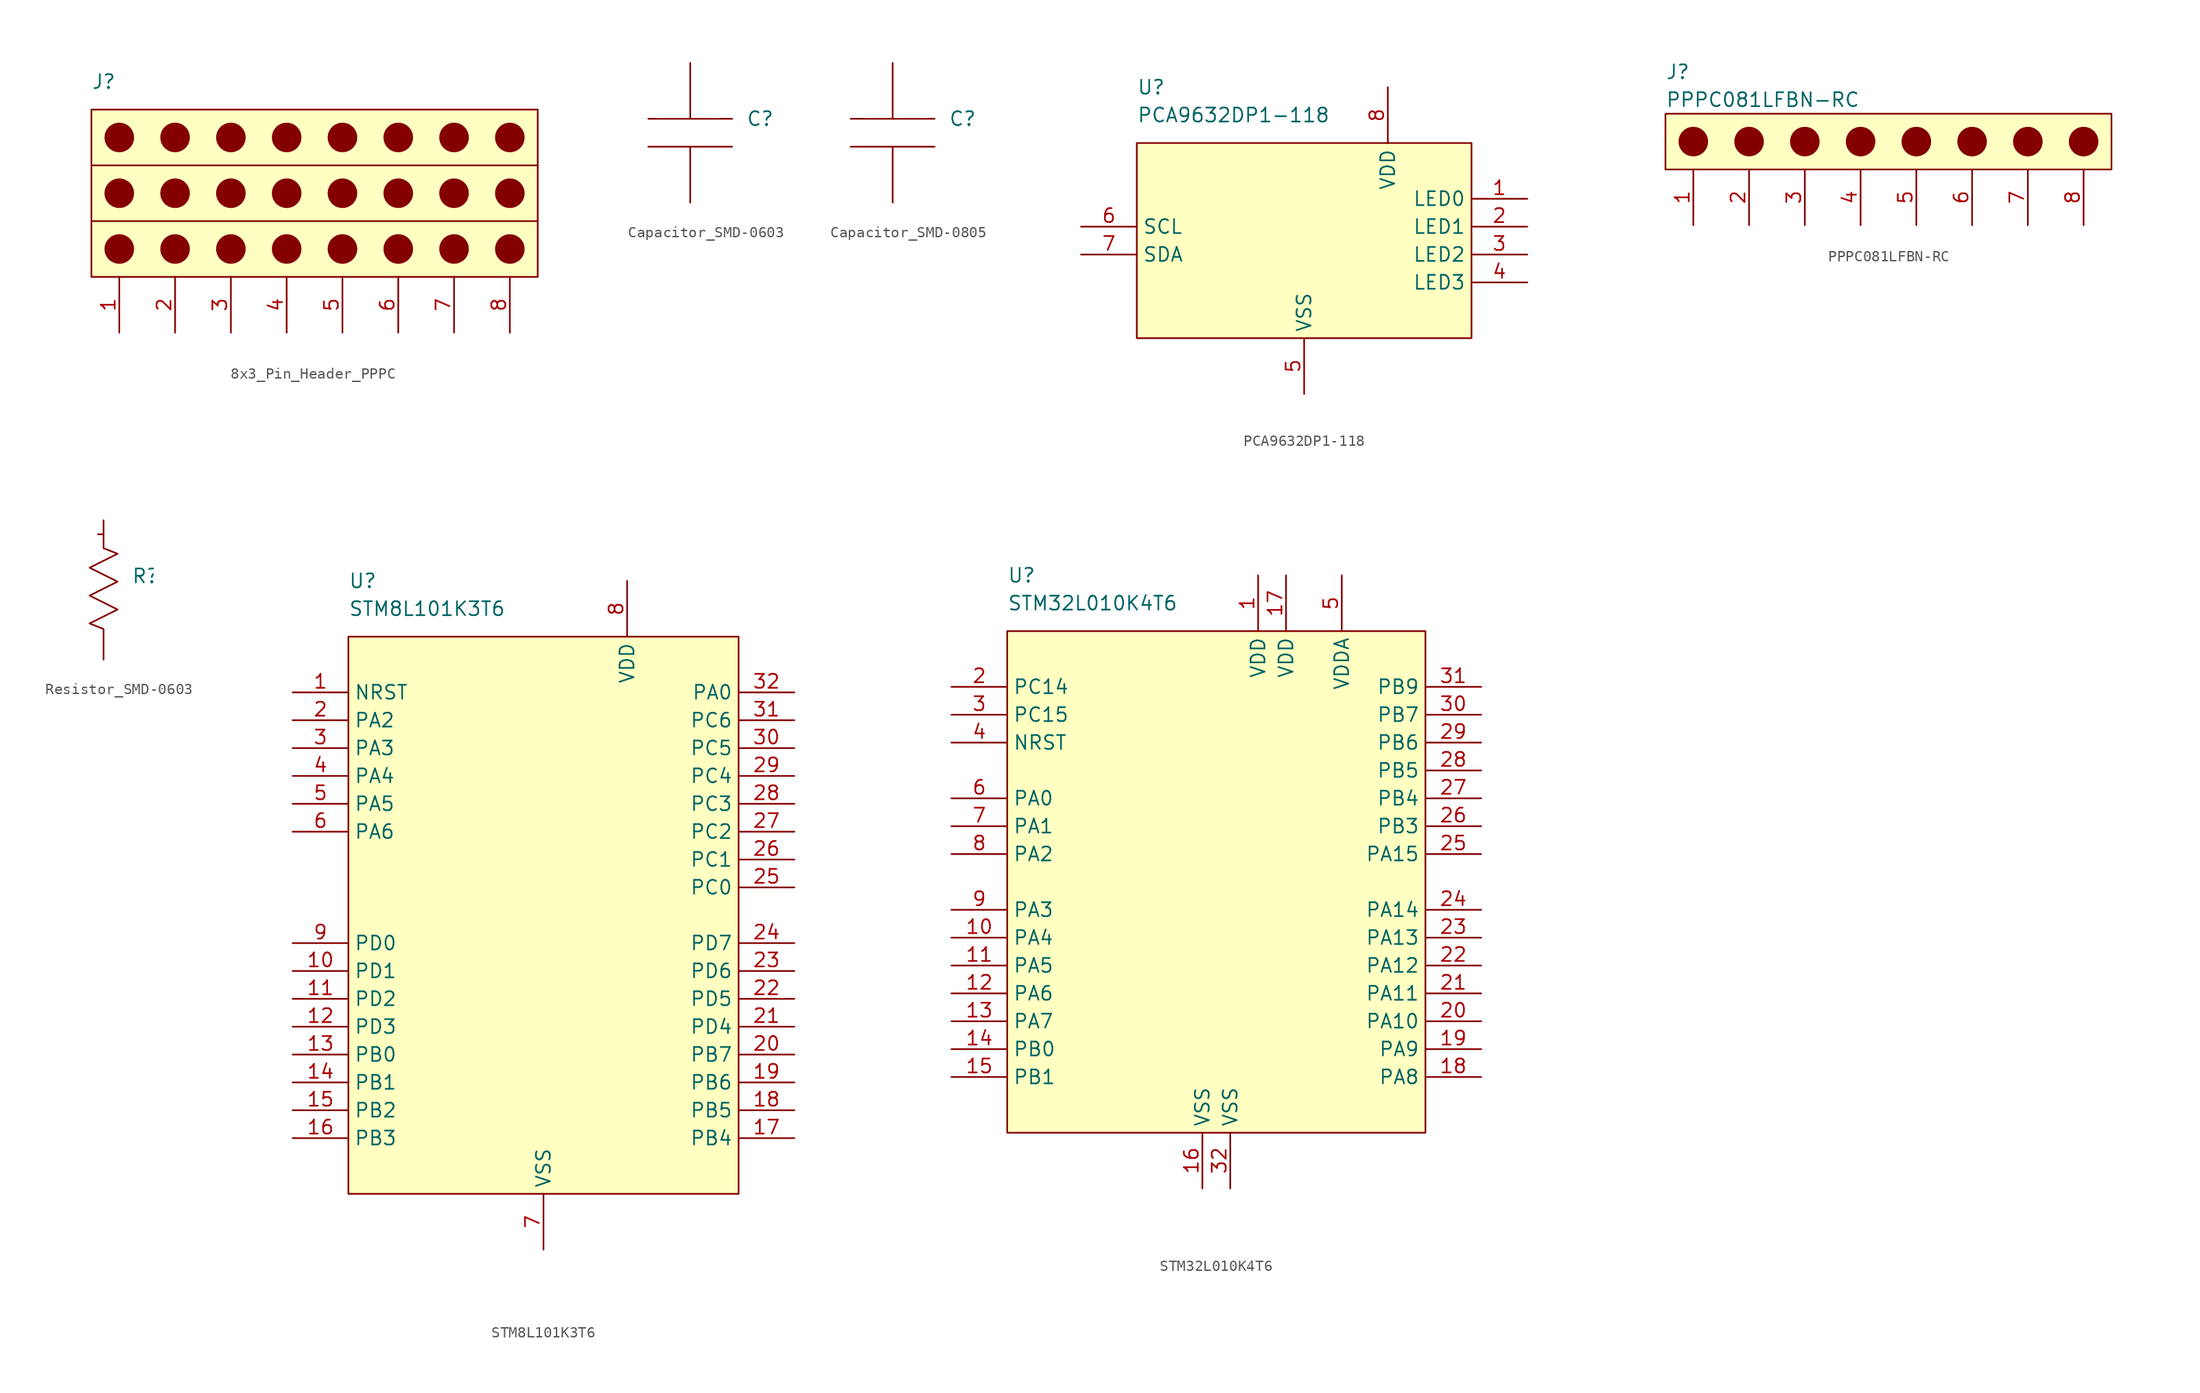
<source format=kicad_sym>
(kicad_symbol_lib
  (version 20231120)
  (generator "kicad_symbol_editor")
  (generator_version "8.0")
  (symbol "8x3_Pin_Header_PPPC"
    (property "Reference" "J"
      (at 0 22.86 0)
      (do_not_autoplace)
      (effects (font (size 1.27 1.27)) (justify left)))
    (property "Value" ""
      (at 0 0 0)
      (effects (font (size 1.27 1.27))))
    (symbol "8x3_Pin_Header_PPPC_0_1"
      (polyline (pts (xy 0 10.16) (xy 40.64 10.16)) (stroke (width 0) (type default)) (fill (type none)))
      (polyline (pts (xy 0 15.24) (xy 40.64 15.24)) (stroke (width 0) (type default)) (fill (type none)))
      (rectangle (start 0 20.32) (end 40.64 5.08) (stroke (width 0) (type default)) (fill (type background)))
      (circle (center 2.54 7.62) (radius 1.27) (stroke (width 0) (type default)) (fill (type outline)))
      (circle (center 2.54 12.7) (radius 1.27) (stroke (width 0) (type default)) (fill (type outline)))
      (circle (center 2.54 17.78) (radius 1.27) (stroke (width 0) (type default)) (fill (type outline))))
    (symbol "8x3_Pin_Header_PPPC_1_1"
      (circle (center 7.62 7.62) (radius 1.27) (stroke (width 0) (type default)) (fill (type outline)))
      (circle (center 7.62 12.7) (radius 1.27) (stroke (width 0) (type default)) (fill (type outline)))
      (circle (center 7.62 17.78) (radius 1.27) (stroke (width 0) (type default)) (fill (type outline)))
      (circle (center 12.7 7.62) (radius 1.27) (stroke (width 0) (type default)) (fill (type outline)))
      (circle (center 12.7 12.7) (radius 1.27) (stroke (width 0) (type default)) (fill (type outline)))
      (circle (center 12.7 17.78) (radius 1.27) (stroke (width 0) (type default)) (fill (type outline)))
      (circle (center 17.78 7.62) (radius 1.27) (stroke (width 0) (type default)) (fill (type outline)))
      (circle (center 17.78 12.7) (radius 1.27) (stroke (width 0) (type default)) (fill (type outline)))
      (circle (center 17.78 17.78) (radius 1.27) (stroke (width 0) (type default)) (fill (type outline)))
      (circle (center 22.86 7.62) (radius 1.27) (stroke (width 0) (type default)) (fill (type outline)))
      (circle (center 22.86 12.7) (radius 1.27) (stroke (width 0) (type default)) (fill (type outline)))
      (circle (center 22.86 17.78) (radius 1.27) (stroke (width 0) (type default)) (fill (type outline)))
      (circle (center 27.94 7.62) (radius 1.27) (stroke (width 0) (type default)) (fill (type outline)))
      (circle (center 27.94 12.7) (radius 1.27) (stroke (width 0) (type default)) (fill (type outline)))
      (circle (center 27.94 17.78) (radius 1.27) (stroke (width 0) (type default)) (fill (type outline)))
      (circle (center 33.02 7.62) (radius 1.27) (stroke (width 0) (type default)) (fill (type outline)))
      (circle (center 33.02 12.7) (radius 1.27) (stroke (width 0) (type default)) (fill (type outline)))
      (circle (center 33.02 17.78) (radius 1.27) (stroke (width 0) (type default)) (fill (type outline)))
      (circle (center 38.1 7.62) (radius 1.27) (stroke (width 0) (type default)) (fill (type outline)))
      (circle (center 38.1 12.7) (radius 1.27) (stroke (width 0) (type default)) (fill (type outline)))
      (circle (center 38.1 17.78) (radius 1.27) (stroke (width 0) (type default)) (fill (type outline)))
      (pin passive line (at 2.54 0 90) (length 5.08) (name "" (effects (font (size 1.27 1.27)))) (number "1" (effects (font (size 1.27 1.27)))))
      (pin passive line (at 7.62 0 90) (length 5.08) (name "" (effects (font (size 1.27 1.27)))) (number "2" (effects (font (size 1.27 1.27)))))
      (pin passive line (at 12.7 0 90) (length 5.08) (name "" (effects (font (size 1.27 1.27)))) (number "3" (effects (font (size 1.27 1.27)))))
      (pin passive line (at 17.78 0 90) (length 5.08) (name "" (effects (font (size 1.27 1.27)))) (number "4" (effects (font (size 1.27 1.27)))))
      (pin passive line (at 22.86 0 90) (length 5.08) (name "" (effects (font (size 1.27 1.27)))) (number "5" (effects (font (size 1.27 1.27)))))
      (pin passive line (at 27.94 0 90) (length 5.08) (name "" (effects (font (size 1.27 1.27)))) (number "6" (effects (font (size 1.27 1.27)))))
      (pin passive line (at 33.02 0 90) (length 5.08) (name "" (effects (font (size 1.27 1.27)))) (number "7" (effects (font (size 1.27 1.27)))))
      (pin passive line (at 38.1 0 90) (length 5.08) (name "" (effects (font (size 1.27 1.27)))) (number "8" (effects (font (size 1.27 1.27)))))))
  (symbol "Capacitor_SMD-0603"
    (property "Reference" "C"
      (at 5.08 7.62 0)
      (do_not_autoplace)
      (effects (font (size 1.27 1.27)) (justify left)))
    (property "Value" ""
      (at 0 0 0)
      (effects (font (size 1.27 1.27))))
    (symbol "Capacitor_SMD-0603_0_1"
      (polyline (pts (xy -3.81 5.08) (xy 3.81 5.08)) (stroke (width 0) (type default)) (fill (type none)))
      (polyline (pts (xy -3.81 7.62) (xy 3.81 7.62)) (stroke (width 0) (type default)) (fill (type none)))
      (polyline (pts (xy 0 0) (xy 0 5.08)) (stroke (width 0) (type default)) (fill (type none)))
      (polyline (pts (xy 0 12.7) (xy 0 7.62)) (stroke (width 0) (type default)) (fill (type none))))
    (symbol "Capacitor_SMD-0603_1_1"
      (pin passive line (at 0 12.7 270) (length 0) hide (name "" (effects (font (size 1.27 1.27)))) (number "1" (effects (font (size 1.27 1.27)))))
      (pin passive line (at 0 0 90) (length 0) hide (name "" (effects (font (size 1.27 1.27)))) (number "2" (effects (font (size 1.27 1.27)))))))
  (symbol "Capacitor_SMD-0805"
    (property "Reference" "C"
      (at 5.08 7.62 0)
      (do_not_autoplace)
      (effects (font (size 1.27 1.27)) (justify left)))
    (property "Value" ""
      (at 0 0 0)
      (effects (font (size 1.27 1.27))))
    (symbol "Capacitor_SMD-0805_0_1"
      (polyline (pts (xy -3.81 5.08) (xy 3.81 5.08)) (stroke (width 0) (type default)) (fill (type none)))
      (polyline (pts (xy -3.81 7.62) (xy 3.81 7.62)) (stroke (width 0) (type default)) (fill (type none)))
      (polyline (pts (xy 0 0) (xy 0 5.08)) (stroke (width 0) (type default)) (fill (type none)))
      (polyline (pts (xy 0 12.7) (xy 0 7.62)) (stroke (width 0) (type default)) (fill (type none))))
    (symbol "Capacitor_SMD-0805_1_1"
      (pin passive line (at 0 12.7 270) (length 0) hide (name "" (effects (font (size 1.27 1.27)))) (number "1" (effects (font (size 1.27 1.27)))))
      (pin passive line (at 0 0 90) (length 0) hide (name "" (effects (font (size 1.27 1.27)))) (number "2" (effects (font (size 1.27 1.27)))))))
  (symbol "PCA9632DP1-118"
    (property "Reference" "U"
      (at 5.08 27.94 0)
      (do_not_autoplace)
      (effects (font (size 1.27 1.27)) (justify left)))
    (property "Value" "PCA9632DP1-118"
      (at 5.08 25.4 0)
      (do_not_autoplace)
      (effects (font (size 1.27 1.27)) (justify left)))
    (symbol "PCA9632DP1-118_1_1"
      (rectangle (start 5.08 22.86) (end 35.56 5.08) (stroke (width 0) (type default)) (fill (type background)))
      (pin passive line (at 40.64 17.78 180) (length 5.08) (name "LED0" (effects (font (size 1.27 1.27)))) (number "1" (effects (font (size 1.27 1.27)))))
      (pin passive line (at 40.64 15.24 180) (length 5.08) (name "LED1" (effects (font (size 1.27 1.27)))) (number "2" (effects (font (size 1.27 1.27)))))
      (pin passive line (at 40.64 12.7 180) (length 5.08) (name "LED2" (effects (font (size 1.27 1.27)))) (number "3" (effects (font (size 1.27 1.27)))))
      (pin passive line (at 40.64 10.16 180) (length 5.08) (name "LED3" (effects (font (size 1.27 1.27)))) (number "4" (effects (font (size 1.27 1.27)))))
      (pin passive line (at 20.32 0 90) (length 5.08) (name "VSS" (effects (font (size 1.27 1.27)))) (number "5" (effects (font (size 1.27 1.27)))))
      (pin passive line (at 0 15.24 0) (length 5.08) (name "SCL" (effects (font (size 1.27 1.27)))) (number "6" (effects (font (size 1.27 1.27)))))
      (pin passive line (at 0 12.7 0) (length 5.08) (name "SDA" (effects (font (size 1.27 1.27)))) (number "7" (effects (font (size 1.27 1.27)))))
      (pin passive line (at 27.94 27.94 270) (length 5.08) (name "VDD" (effects (font (size 1.27 1.27)))) (number "8" (effects (font (size 1.27 1.27)))))))
  (symbol "PPPC081LFBN-RC"
    (property "Reference" "J"
      (at 0 13.97 0)
      (do_not_autoplace)
      (effects (font (size 1.27 1.27)) (justify left)))
    (property "Value" "PPPC081LFBN-RC"
      (at 0 11.43 0)
      (do_not_autoplace)
      (effects (font (size 1.27 1.27)) (justify left)))
    (symbol "PPPC081LFBN-RC_0_1"
      (rectangle (start 0 10.16) (end 40.64 5.08) (stroke (width 0) (type default)) (fill (type background)))
      (circle (center 2.54 7.62) (radius 1.27) (stroke (width 0) (type default)) (fill (type outline))))
    (symbol "PPPC081LFBN-RC_1_1"
      (circle (center 7.62 7.62) (radius 1.27) (stroke (width 0) (type default)) (fill (type outline)))
      (circle (center 12.7 7.62) (radius 1.27) (stroke (width 0) (type default)) (fill (type outline)))
      (circle (center 17.78 7.62) (radius 1.27) (stroke (width 0) (type default)) (fill (type outline)))
      (circle (center 22.86 7.62) (radius 1.27) (stroke (width 0) (type default)) (fill (type outline)))
      (circle (center 27.94 7.62) (radius 1.27) (stroke (width 0) (type default)) (fill (type outline)))
      (circle (center 33.02 7.62) (radius 1.27) (stroke (width 0) (type default)) (fill (type outline)))
      (circle (center 38.1 7.62) (radius 1.27) (stroke (width 0) (type default)) (fill (type outline)))
      (pin passive line (at 2.54 0 90) (length 5.08) (name "" (effects (font (size 1.27 1.27)))) (number "1" (effects (font (size 1.27 1.27)))))
      (pin passive line (at 7.62 0 90) (length 5.08) (name "" (effects (font (size 1.27 1.27)))) (number "2" (effects (font (size 1.27 1.27)))))
      (pin passive line (at 12.7 0 90) (length 5.08) (name "" (effects (font (size 1.27 1.27)))) (number "3" (effects (font (size 1.27 1.27)))))
      (pin passive line (at 17.78 0 90) (length 5.08) (name "" (effects (font (size 1.27 1.27)))) (number "4" (effects (font (size 1.27 1.27)))))
      (pin passive line (at 22.86 0 90) (length 5.08) (name "" (effects (font (size 1.27 1.27)))) (number "5" (effects (font (size 1.27 1.27)))))
      (pin passive line (at 27.94 0 90) (length 5.08) (name "" (effects (font (size 1.27 1.27)))) (number "6" (effects (font (size 1.27 1.27)))))
      (pin passive line (at 33.02 0 90) (length 5.08) (name "" (effects (font (size 1.27 1.27)))) (number "7" (effects (font (size 1.27 1.27)))))
      (pin passive line (at 38.1 0 90) (length 5.08) (name "" (effects (font (size 1.27 1.27)))) (number "8" (effects (font (size 1.27 1.27)))))))
  (symbol "Resistor_SMD-0603"
    (property "Reference" "R"
      (at 2.54 7.62 0)
      (do_not_autoplace)
      (effects (font (size 1.27 1.27)) (justify left)))
    (property "Value" ""
      (at 0 0 0)
      (effects (font (size 1.27 1.27))))
    (symbol "Resistor_SMD-0603_0_1"
      (polyline (pts (xy 0 11.43) (xy -0.508 11.43)) (stroke (width 0) (type default)) (fill (type none)))
      (polyline (pts (xy 0 0) (xy 0 2.794) (xy -1.27 3.302) (xy 1.27 4.572) (xy -1.27 5.842) (xy 1.27 7.112) (xy -1.27 8.382) (xy 1.27 9.652) (xy 0 10.16) (xy 0 12.7)) (stroke (width 0) (type default)) (fill (type none))))
    (symbol "Resistor_SMD-0603_1_1"
      (pin passive line (at 0 12.7 270) (length 0) hide (name "" (effects (font (size 1.27 1.27)))) (number "1" (effects (font (size 1.27 1.27)))))
      (pin passive line (at 0 0 90) (length 0) hide (name "" (effects (font (size 1.27 1.27)))) (number "2" (effects (font (size 1.27 1.27)))))))
  (symbol "STM8L101K3T6"
    (property "Reference" "U"
      (at 5.08 60.96 0)
      (do_not_autoplace)
      (effects (font (size 1.27 1.27)) (justify left)))
    (property "Value" "STM8L101K3T6"
      (at 5.08 58.42 0)
      (do_not_autoplace)
      (effects (font (size 1.27 1.27)) (justify left)))
    (symbol "STM8L101K3T6_0_1"
      (rectangle (start 5.08 55.88) (end 40.64 5.08) (stroke (width 0) (type default)) (fill (type background))))
    (symbol "STM8L101K3T6_1_1"
      (pin passive line (at 0 50.8 0) (length 5.08) (name "NRST" (effects (font (size 1.27 1.27)))) (number "1" (effects (font (size 1.27 1.27)))))
      (pin passive line (at 0 25.4 0) (length 5.08) (name "PD1" (effects (font (size 1.27 1.27)))) (number "10" (effects (font (size 1.27 1.27)))))
      (pin passive line (at 0 22.86 0) (length 5.08) (name "PD2" (effects (font (size 1.27 1.27)))) (number "11" (effects (font (size 1.27 1.27)))))
      (pin passive line (at 0 20.32 0) (length 5.08) (name "PD3" (effects (font (size 1.27 1.27)))) (number "12" (effects (font (size 1.27 1.27)))))
      (pin passive line (at 0 17.78 0) (length 5.08) (name "PB0" (effects (font (size 1.27 1.27)))) (number "13" (effects (font (size 1.27 1.27)))))
      (pin passive line (at 0 15.24 0) (length 5.08) (name "PB1" (effects (font (size 1.27 1.27)))) (number "14" (effects (font (size 1.27 1.27)))))
      (pin passive line (at 0 12.7 0) (length 5.08) (name "PB2" (effects (font (size 1.27 1.27)))) (number "15" (effects (font (size 1.27 1.27)))))
      (pin passive line (at 0 10.16 0) (length 5.08) (name "PB3" (effects (font (size 1.27 1.27)))) (number "16" (effects (font (size 1.27 1.27)))))
      (pin passive line (at 45.72 10.16 180) (length 5.08) (name "PB4" (effects (font (size 1.27 1.27)))) (number "17" (effects (font (size 1.27 1.27)))))
      (pin passive line (at 45.72 12.7 180) (length 5.08) (name "PB5" (effects (font (size 1.27 1.27)))) (number "18" (effects (font (size 1.27 1.27)))))
      (pin passive line (at 45.72 15.24 180) (length 5.08) (name "PB6" (effects (font (size 1.27 1.27)))) (number "19" (effects (font (size 1.27 1.27)))))
      (pin passive line (at 0 48.26 0) (length 5.08) (name "PA2" (effects (font (size 1.27 1.27)))) (number "2" (effects (font (size 1.27 1.27)))))
      (pin passive line (at 45.72 17.78 180) (length 5.08) (name "PB7" (effects (font (size 1.27 1.27)))) (number "20" (effects (font (size 1.27 1.27)))))
      (pin passive line (at 45.72 20.32 180) (length 5.08) (name "PD4" (effects (font (size 1.27 1.27)))) (number "21" (effects (font (size 1.27 1.27)))))
      (pin passive line (at 45.72 22.86 180) (length 5.08) (name "PD5" (effects (font (size 1.27 1.27)))) (number "22" (effects (font (size 1.27 1.27)))))
      (pin passive line (at 45.72 25.4 180) (length 5.08) (name "PD6" (effects (font (size 1.27 1.27)))) (number "23" (effects (font (size 1.27 1.27)))))
      (pin passive line (at 45.72 27.94 180) (length 5.08) (name "PD7" (effects (font (size 1.27 1.27)))) (number "24" (effects (font (size 1.27 1.27)))))
      (pin passive line (at 45.72 33.02 180) (length 5.08) (name "PC0" (effects (font (size 1.27 1.27)))) (number "25" (effects (font (size 1.27 1.27)))))
      (pin passive line (at 45.72 35.56 180) (length 5.08) (name "PC1" (effects (font (size 1.27 1.27)))) (number "26" (effects (font (size 1.27 1.27)))))
      (pin passive line (at 45.72 38.1 180) (length 5.08) (name "PC2" (effects (font (size 1.27 1.27)))) (number "27" (effects (font (size 1.27 1.27)))))
      (pin passive line (at 45.72 40.64 180) (length 5.08) (name "PC3" (effects (font (size 1.27 1.27)))) (number "28" (effects (font (size 1.27 1.27)))))
      (pin passive line (at 45.72 43.18 180) (length 5.08) (name "PC4" (effects (font (size 1.27 1.27)))) (number "29" (effects (font (size 1.27 1.27)))))
      (pin passive line (at 0 45.72 0) (length 5.08) (name "PA3" (effects (font (size 1.27 1.27)))) (number "3" (effects (font (size 1.27 1.27)))))
      (pin passive line (at 45.72 45.72 180) (length 5.08) (name "PC5" (effects (font (size 1.27 1.27)))) (number "30" (effects (font (size 1.27 1.27)))))
      (pin passive line (at 45.72 48.26 180) (length 5.08) (name "PC6" (effects (font (size 1.27 1.27)))) (number "31" (effects (font (size 1.27 1.27)))))
      (pin passive line (at 45.72 50.8 180) (length 5.08) (name "PA0" (effects (font (size 1.27 1.27)))) (number "32" (effects (font (size 1.27 1.27)))))
      (pin passive line (at 0 43.18 0) (length 5.08) (name "PA4" (effects (font (size 1.27 1.27)))) (number "4" (effects (font (size 1.27 1.27)))))
      (pin passive line (at 0 40.64 0) (length 5.08) (name "PA5" (effects (font (size 1.27 1.27)))) (number "5" (effects (font (size 1.27 1.27)))))
      (pin passive line (at 0 38.1 0) (length 5.08) (name "PA6" (effects (font (size 1.27 1.27)))) (number "6" (effects (font (size 1.27 1.27)))))
      (pin passive line (at 22.86 0 90) (length 5.08) (name "VSS" (effects (font (size 1.27 1.27)))) (number "7" (effects (font (size 1.27 1.27)))))
      (pin passive line (at 30.48 60.96 270) (length 5.08) (name "VDD" (effects (font (size 1.27 1.27)))) (number "8" (effects (font (size 1.27 1.27)))))
      (pin passive line (at 0 27.94 0) (length 5.08) (name "PD0" (effects (font (size 1.27 1.27)))) (number "9" (effects (font (size 1.27 1.27)))))))
  (symbol "STM32L010K4T6"
    (property "Reference" "U"
      (at 5.08 55.88 0)
      (do_not_autoplace)
      (effects (font (size 1.27 1.27)) (justify left)))
    (property "Value" "STM32L010K4T6"
      (at 5.08 53.34 0)
      (do_not_autoplace)
      (effects (font (size 1.27 1.27)) (justify left)))
    (symbol "STM32L010K4T6_0_1"
      (rectangle (start 5.08 50.8) (end 43.18 5.08) (stroke (width 0) (type default)) (fill (type background))))
    (symbol "STM32L010K4T6_1_1"
      (pin passive line (at 27.94 55.88 270) (length 5.08) (name "VDD" (effects (font (size 1.27 1.27)))) (number "1" (effects (font (size 1.27 1.27)))))
      (pin passive line (at 0 22.86 0) (length 5.08) (name "PA4" (effects (font (size 1.27 1.27)))) (number "10" (effects (font (size 1.27 1.27)))))
      (pin passive line (at 0 20.32 0) (length 5.08) (name "PA5" (effects (font (size 1.27 1.27)))) (number "11" (effects (font (size 1.27 1.27)))))
      (pin passive line (at 0 17.78 0) (length 5.08) (name "PA6" (effects (font (size 1.27 1.27)))) (number "12" (effects (font (size 1.27 1.27)))))
      (pin passive line (at 0 15.24 0) (length 5.08) (name "PA7" (effects (font (size 1.27 1.27)))) (number "13" (effects (font (size 1.27 1.27)))))
      (pin passive line (at 0 12.7 0) (length 5.08) (name "PB0" (effects (font (size 1.27 1.27)))) (number "14" (effects (font (size 1.27 1.27)))))
      (pin passive line (at 0 10.16 0) (length 5.08) (name "PB1" (effects (font (size 1.27 1.27)))) (number "15" (effects (font (size 1.27 1.27)))))
      (pin passive line (at 22.86 0 90) (length 5.08) (name "VSS" (effects (font (size 1.27 1.27)))) (number "16" (effects (font (size 1.27 1.27)))))
      (pin passive line (at 30.48 55.88 270) (length 5.08) (name "VDD" (effects (font (size 1.27 1.27)))) (number "17" (effects (font (size 1.27 1.27)))))
      (pin passive line (at 48.26 10.16 180) (length 5.08) (name "PA8" (effects (font (size 1.27 1.27)))) (number "18" (effects (font (size 1.27 1.27)))))
      (pin passive line (at 48.26 12.7 180) (length 5.08) (name "PA9" (effects (font (size 1.27 1.27)))) (number "19" (effects (font (size 1.27 1.27)))))
      (pin passive line (at 0 45.72 0) (length 5.08) (name "PC14" (effects (font (size 1.27 1.27)))) (number "2" (effects (font (size 1.27 1.27)))))
      (pin passive line (at 48.26 15.24 180) (length 5.08) (name "PA10" (effects (font (size 1.27 1.27)))) (number "20" (effects (font (size 1.27 1.27)))))
      (pin passive line (at 48.26 17.78 180) (length 5.08) (name "PA11" (effects (font (size 1.27 1.27)))) (number "21" (effects (font (size 1.27 1.27)))))
      (pin passive line (at 48.26 20.32 180) (length 5.08) (name "PA12" (effects (font (size 1.27 1.27)))) (number "22" (effects (font (size 1.27 1.27)))))
      (pin passive line (at 48.26 22.86 180) (length 5.08) (name "PA13" (effects (font (size 1.27 1.27)))) (number "23" (effects (font (size 1.27 1.27)))))
      (pin passive line (at 48.26 25.4 180) (length 5.08) (name "PA14" (effects (font (size 1.27 1.27)))) (number "24" (effects (font (size 1.27 1.27)))))
      (pin passive line (at 48.26 30.48 180) (length 5.08) (name "PA15" (effects (font (size 1.27 1.27)))) (number "25" (effects (font (size 1.27 1.27)))))
      (pin passive line (at 48.26 33.02 180) (length 5.08) (name "PB3" (effects (font (size 1.27 1.27)))) (number "26" (effects (font (size 1.27 1.27)))))
      (pin passive line (at 48.26 35.56 180) (length 5.08) (name "PB4" (effects (font (size 1.27 1.27)))) (number "27" (effects (font (size 1.27 1.27)))))
      (pin passive line (at 48.26 38.1 180) (length 5.08) (name "PB5" (effects (font (size 1.27 1.27)))) (number "28" (effects (font (size 1.27 1.27)))))
      (pin passive line (at 48.26 40.64 180) (length 5.08) (name "PB6" (effects (font (size 1.27 1.27)))) (number "29" (effects (font (size 1.27 1.27)))))
      (pin passive line (at 0 43.18 0) (length 5.08) (name "PC15" (effects (font (size 1.27 1.27)))) (number "3" (effects (font (size 1.27 1.27)))))
      (pin passive line (at 48.26 43.18 180) (length 5.08) (name "PB7" (effects (font (size 1.27 1.27)))) (number "30" (effects (font (size 1.27 1.27)))))
      (pin passive line (at 48.26 45.72 180) (length 5.08) (name "PB9" (effects (font (size 1.27 1.27)))) (number "31" (effects (font (size 1.27 1.27)))))
      (pin passive line (at 25.4 0 90) (length 5.08) (name "VSS" (effects (font (size 1.27 1.27)))) (number "32" (effects (font (size 1.27 1.27)))))
      (pin passive line (at 0 40.64 0) (length 5.08) (name "NRST" (effects (font (size 1.27 1.27)))) (number "4" (effects (font (size 1.27 1.27)))))
      (pin passive line (at 35.56 55.88 270) (length 5.08) (name "VDDA" (effects (font (size 1.27 1.27)))) (number "5" (effects (font (size 1.27 1.27)))))
      (pin passive line (at 0 35.56 0) (length 5.08) (name "PA0" (effects (font (size 1.27 1.27)))) (number "6" (effects (font (size 1.27 1.27)))))
      (pin passive line (at 0 33.02 0) (length 5.08) (name "PA1" (effects (font (size 1.27 1.27)))) (number "7" (effects (font (size 1.27 1.27)))))
      (pin passive line (at 0 30.48 0) (length 5.08) (name "PA2" (effects (font (size 1.27 1.27)))) (number "8" (effects (font (size 1.27 1.27)))))
      (pin passive line (at 0 25.4 0) (length 5.08) (name "PA3" (effects (font (size 1.27 1.27)))) (number "9" (effects (font (size 1.27 1.27))))))))
</source>
